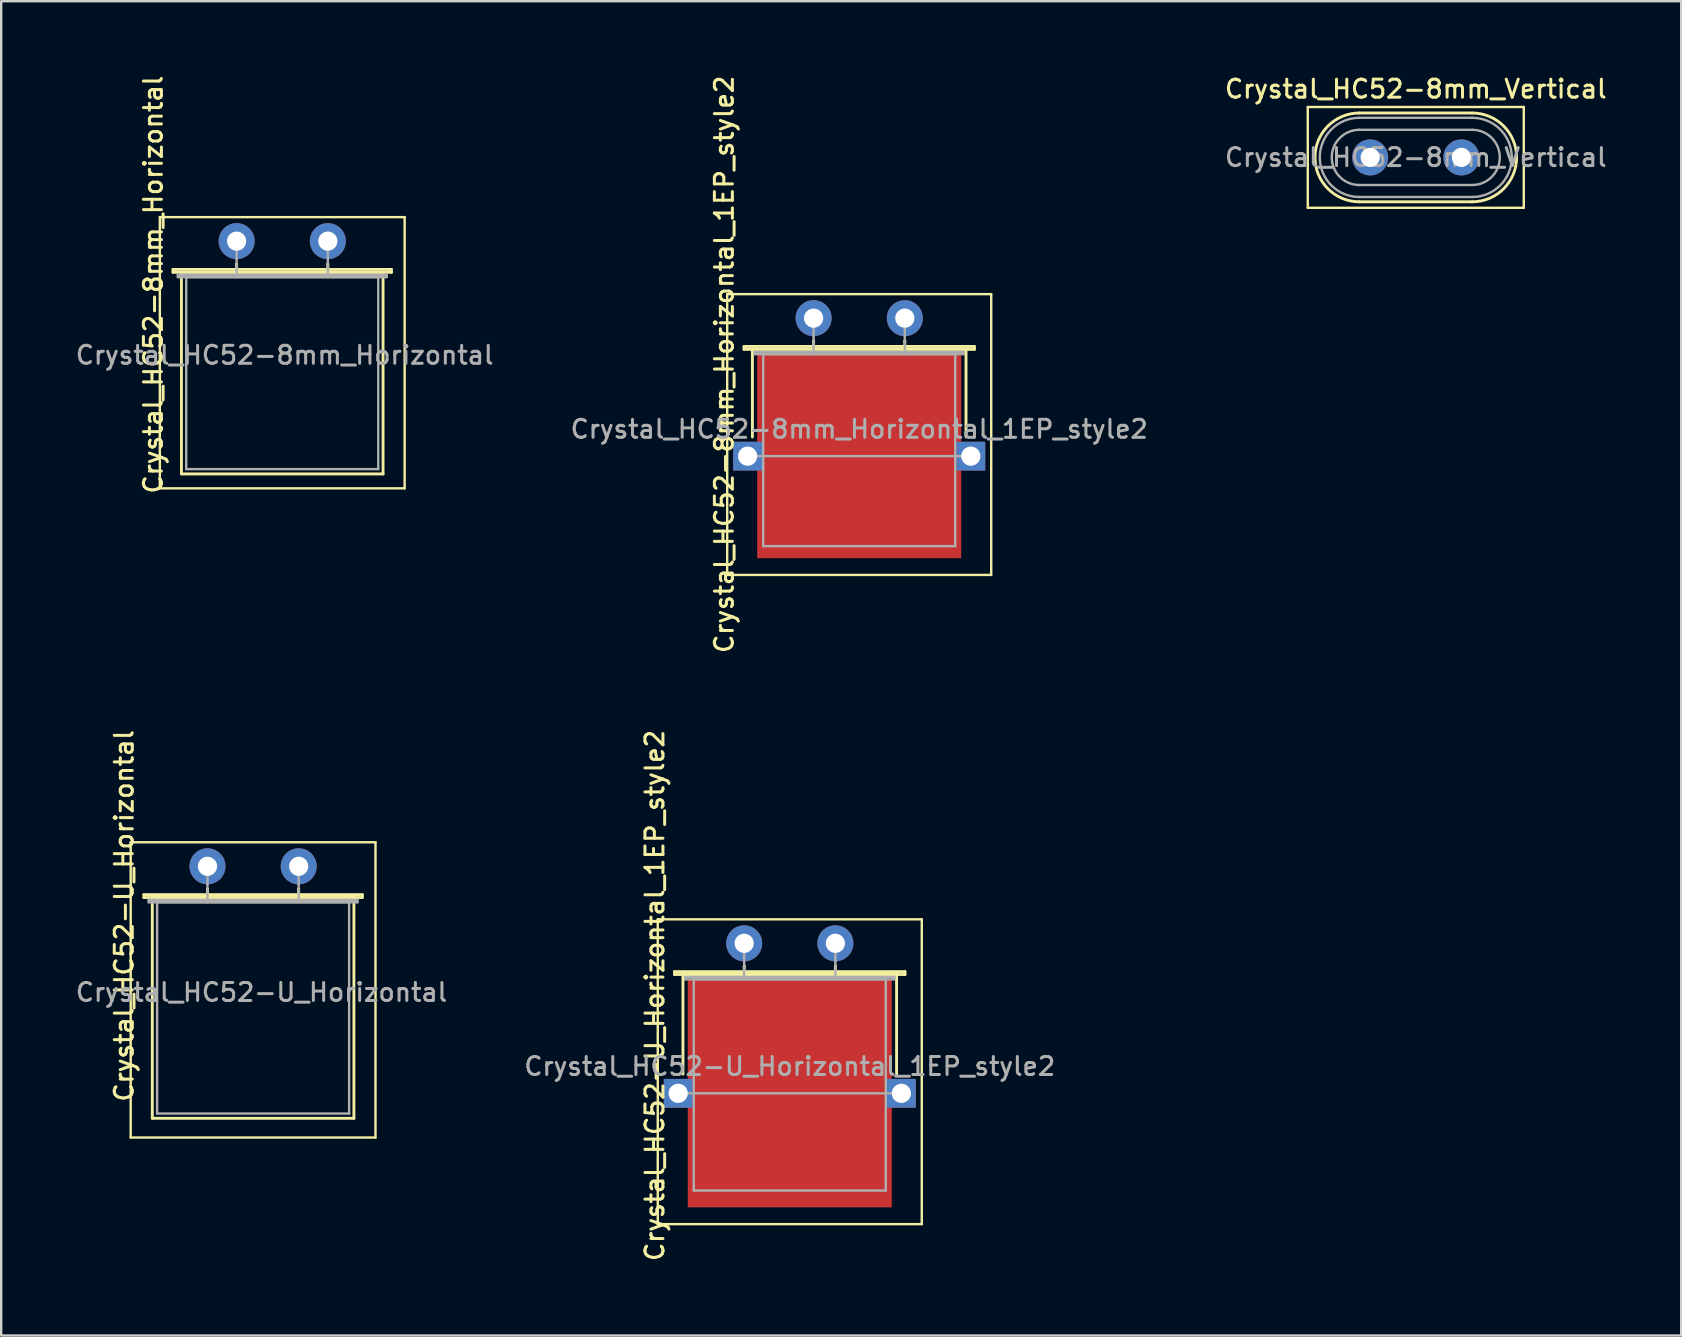
<source format=kicad_pcb>
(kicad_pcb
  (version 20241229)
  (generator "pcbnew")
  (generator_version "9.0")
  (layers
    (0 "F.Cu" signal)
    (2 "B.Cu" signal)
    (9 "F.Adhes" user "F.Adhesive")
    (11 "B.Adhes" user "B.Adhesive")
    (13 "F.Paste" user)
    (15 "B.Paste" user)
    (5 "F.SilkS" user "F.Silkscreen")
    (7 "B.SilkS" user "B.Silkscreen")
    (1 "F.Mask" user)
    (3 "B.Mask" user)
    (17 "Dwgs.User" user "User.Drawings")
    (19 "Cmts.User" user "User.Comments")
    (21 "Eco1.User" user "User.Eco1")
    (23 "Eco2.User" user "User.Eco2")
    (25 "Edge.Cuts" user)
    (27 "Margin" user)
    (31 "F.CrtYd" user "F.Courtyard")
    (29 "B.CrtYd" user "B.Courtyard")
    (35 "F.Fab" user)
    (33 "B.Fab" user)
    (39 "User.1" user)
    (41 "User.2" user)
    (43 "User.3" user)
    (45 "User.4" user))
  (footprint "Crystal_HC52-U_Horizontal_1EP_style2"
    (layer "F.Cu")
    (at 27.955 36.252)
    (property "Reference" "Crystal_HC52-U_Horizontal_1EP_style2" (at -3.725 2.175 90) (layer "F.SilkS") (effects (font (size 0.75 0.75) (thickness 0.125))))
    (attr through_hole)
    (fp_line (start -3.6 -1) (end -3.6 11.7) (stroke (width 0.1) (type solid)) (layer "F.SilkS"))
    (fp_line (start -3.6 11.7) (end 7.4 11.7) (stroke (width 0.1) (type solid)) (layer "F.SilkS"))
    (fp_line (start -2.9 1.18) (end 6.7 1.18) (stroke (width 0.12) (type solid)) (layer "F.SilkS"))
    (fp_line (start -2.9 1.3) (end -2.9 1.18) (stroke (width 0.12) (type solid)) (layer "F.SilkS"))
    (fp_line (start -2.55 1.3) (end 6.35 1.3) (stroke (width 0.12) (type solid)) (layer "F.SilkS"))
    (fp_line (start -2.55 5.45) (end -2.55 1.3) (stroke (width 0.12) (type solid)) (layer "F.SilkS"))
    (fp_line (start 0 0.95) (end 0 0.95) (stroke (width 0.12) (type solid)) (layer "F.SilkS"))
    (fp_line (start 0 1.3) (end 0 0.95) (stroke (width 0.12) (type solid)) (layer "F.SilkS"))
    (fp_line (start 3.8 0.95) (end 3.8 0.95) (stroke (width 0.12) (type solid)) (layer "F.SilkS"))
    (fp_line (start 3.8 1.3) (end 3.8 0.95) (stroke (width 0.12) (type solid)) (layer "F.SilkS"))
    (fp_line (start 6.35 1.3) (end 6.35 5.45) (stroke (width 0.12) (type solid)) (layer "F.SilkS"))
    (fp_line (start 6.7 1.18) (end 6.7 1.3) (stroke (width 0.12) (type solid)) (layer "F.SilkS"))
    (fp_line (start 6.7 1.3) (end -2.9 1.3) (stroke (width 0.12) (type solid)) (layer "F.SilkS"))
    (fp_line (start 7.4 -1) (end -3.6 -1) (stroke (width 0.1) (type solid)) (layer "F.SilkS"))
    (fp_line (start 7.4 11.7) (end 7.4 -1) (stroke (width 0.1) (type solid)) (layer "F.SilkS"))
    (fp_line (start -2.75 6.25) (end 6.55 6.25) (stroke (width 0.1) (type solid)) (layer "F.Fab"))
    (fp_line (start -2.45 1.4) (end 6.25 1.4) (stroke (width 0.1) (type solid)) (layer "F.Fab"))
    (fp_line (start -2.45 1.5) (end -2.45 1.4) (stroke (width 0.1) (type solid)) (layer "F.Fab"))
    (fp_line (start -2.1 1.5) (end -2.1 10.3) (stroke (width 0.1) (type solid)) (layer "F.Fab"))
    (fp_line (start -2.1 10.3) (end 5.9 10.3) (stroke (width 0.1) (type solid)) (layer "F.Fab"))
    (fp_line (start 0 0.75) (end 0 0) (stroke (width 0.1) (type solid)) (layer "F.Fab"))
    (fp_line (start 0 1.5) (end 0 0.75) (stroke (width 0.1) (type solid)) (layer "F.Fab"))
    (fp_line (start 3.8 0.75) (end 3.8 0) (stroke (width 0.1) (type solid)) (layer "F.Fab"))
    (fp_line (start 3.8 1.5) (end 3.8 0.75) (stroke (width 0.1) (type solid)) (layer "F.Fab"))
    (fp_line (start 5.9 1.5) (end -2.1 1.5) (stroke (width 0.1) (type solid)) (layer "F.Fab"))
    (fp_line (start 5.9 10.3) (end 5.9 1.5) (stroke (width 0.1) (type solid)) (layer "F.Fab"))
    (fp_line (start 6.25 1.4) (end 6.25 1.5) (stroke (width 0.1) (type solid)) (layer "F.Fab"))
    (fp_line (start 6.25 1.5) (end -2.45 1.5) (stroke (width 0.1) (type solid)) (layer "F.Fab"))
    (fp_text user "${REFERENCE}" (at 1.9 5.125 0) (layer "F.Fab") (effects (font (size 0.75 0.75) (thickness 0.125))))
    (pad "1" thru_hole circle (at 0 0) (size 1.5 1.5) (drill 0.8) (layers "*.Cu" "*.Mask"))
    (pad "2" thru_hole circle (at 3.8 0) (size 1.5 1.5) (drill 0.8) (layers "*.Cu" "*.Mask"))
    (pad "3" thru_hole rect (at -2.75 6.25) (size 1.2 1.2) (drill 0.8) (layers "*.Cu" "*.Mask"))
    (pad "3" smd rect (at 1.9 6.25) (size 8.5 9.5) (layers "F.Cu" "F.Mask" "F.Paste"))
    (pad "3" thru_hole rect (at 6.55 6.25) (size 1.2 1.2) (drill 0.8) (layers "*.Cu" "*.Mask")))
  (footprint "Crystal_HC52-U_Horizontal"
    (layer "F.Cu")
    (at 5.595 33.043)
    (property "Reference" "Crystal_HC52-U_Horizontal" (at -3.475 2.062 90) (layer "F.SilkS") (effects (font (size 0.75 0.75) (thickness 0.125))))
    (attr through_hole)
    (fp_line (start -3.2 -1) (end -3.2 11.3) (stroke (width 0.1) (type solid)) (layer "F.SilkS"))
    (fp_line (start -3.2 11.3) (end 7 11.3) (stroke (width 0.1) (type solid)) (layer "F.SilkS"))
    (fp_line (start -2.65 1.18) (end 6.45 1.18) (stroke (width 0.12) (type solid)) (layer "F.SilkS"))
    (fp_line (start -2.65 1.3) (end -2.65 1.18) (stroke (width 0.12) (type solid)) (layer "F.SilkS"))
    (fp_line (start -2.3 1.3) (end -2.3 10.5) (stroke (width 0.12) (type solid)) (layer "F.SilkS"))
    (fp_line (start -2.3 10.5) (end 6.1 10.5) (stroke (width 0.12) (type solid)) (layer "F.SilkS"))
    (fp_line (start 0 0.95) (end 0 0.95) (stroke (width 0.12) (type solid)) (layer "F.SilkS"))
    (fp_line (start 0 1.3) (end 0 0.95) (stroke (width 0.12) (type solid)) (layer "F.SilkS"))
    (fp_line (start 3.8 0.95) (end 3.8 0.95) (stroke (width 0.12) (type solid)) (layer "F.SilkS"))
    (fp_line (start 3.8 1.3) (end 3.8 0.95) (stroke (width 0.12) (type solid)) (layer "F.SilkS"))
    (fp_line (start 6.1 1.3) (end -2.3 1.3) (stroke (width 0.12) (type solid)) (layer "F.SilkS"))
    (fp_line (start 6.1 10.5) (end 6.1 1.3) (stroke (width 0.12) (type solid)) (layer "F.SilkS"))
    (fp_line (start 6.45 1.18) (end 6.45 1.3) (stroke (width 0.12) (type solid)) (layer "F.SilkS"))
    (fp_line (start 6.45 1.3) (end -2.65 1.3) (stroke (width 0.12) (type solid)) (layer "F.SilkS"))
    (fp_line (start 7 -1) (end -3.2 -1) (stroke (width 0.1) (type solid)) (layer "F.SilkS"))
    (fp_line (start 7 11.3) (end 7 -1) (stroke (width 0.1) (type solid)) (layer "F.SilkS"))
    (fp_line (start -2.45 1.4) (end 6.25 1.4) (stroke (width 0.1) (type solid)) (layer "F.Fab"))
    (fp_line (start -2.45 1.5) (end -2.45 1.4) (stroke (width 0.1) (type solid)) (layer "F.Fab"))
    (fp_line (start -2.1 1.5) (end -2.1 10.3) (stroke (width 0.1) (type solid)) (layer "F.Fab"))
    (fp_line (start -2.1 10.3) (end 5.9 10.3) (stroke (width 0.1) (type solid)) (layer "F.Fab"))
    (fp_line (start 0 0.75) (end 0 0) (stroke (width 0.1) (type solid)) (layer "F.Fab"))
    (fp_line (start 0 1.5) (end 0 0.75) (stroke (width 0.1) (type solid)) (layer "F.Fab"))
    (fp_line (start 3.8 0.75) (end 3.8 0) (stroke (width 0.1) (type solid)) (layer "F.Fab"))
    (fp_line (start 3.8 1.5) (end 3.8 0.75) (stroke (width 0.1) (type solid)) (layer "F.Fab"))
    (fp_line (start 5.9 1.5) (end -2.1 1.5) (stroke (width 0.1) (type solid)) (layer "F.Fab"))
    (fp_line (start 5.9 10.3) (end 5.9 1.5) (stroke (width 0.1) (type solid)) (layer "F.Fab"))
    (fp_line (start 6.25 1.4) (end 6.25 1.5) (stroke (width 0.1) (type solid)) (layer "F.Fab"))
    (fp_line (start 6.25 1.5) (end -2.45 1.5) (stroke (width 0.1) (type solid)) (layer "F.Fab"))
    (fp_text user "${REFERENCE}" (at 2.25 5.25 0) (layer "F.Fab") (effects (font (size 0.75 0.75) (thickness 0.125))))
    (pad "1" thru_hole circle (at 0 0) (size 1.5 1.5) (drill 0.8) (layers "*.Cu" "*.Mask"))
    (pad "2" thru_hole circle (at 3.8 0) (size 1.5 1.5) (drill 0.8) (layers "*.Cu" "*.Mask")))
  (footprint "Crystal_HC52-8mm_Horizontal"
    (layer "F.Cu")
    (at 6.809 6.996)
    (property "Reference" "Crystal_HC52-8mm_Horizontal" (at -3.475 1.812 90) (layer "F.SilkS") (effects (font (size 0.75 0.75) (thickness 0.125))))
    (attr through_hole)
    (fp_line (start -3.2 -1) (end -3.2 10.3) (stroke (width 0.1) (type solid)) (layer "F.SilkS"))
    (fp_line (start -3.2 10.3) (end 7 10.3) (stroke (width 0.1) (type solid)) (layer "F.SilkS"))
    (fp_line (start -2.65 1.18) (end 6.45 1.18) (stroke (width 0.12) (type solid)) (layer "F.SilkS"))
    (fp_line (start -2.65 1.3) (end -2.65 1.18) (stroke (width 0.12) (type solid)) (layer "F.SilkS"))
    (fp_line (start -2.3 1.3) (end -2.3 9.7) (stroke (width 0.12) (type solid)) (layer "F.SilkS"))
    (fp_line (start -2.3 9.7) (end 6.1 9.7) (stroke (width 0.12) (type solid)) (layer "F.SilkS"))
    (fp_line (start 0 0.95) (end 0 0.95) (stroke (width 0.12) (type solid)) (layer "F.SilkS"))
    (fp_line (start 0 1.3) (end 0 0.95) (stroke (width 0.12) (type solid)) (layer "F.SilkS"))
    (fp_line (start 3.8 0.95) (end 3.8 0.95) (stroke (width 0.12) (type solid)) (layer "F.SilkS"))
    (fp_line (start 3.8 1.3) (end 3.8 0.95) (stroke (width 0.12) (type solid)) (layer "F.SilkS"))
    (fp_line (start 6.1 1.3) (end -2.3 1.3) (stroke (width 0.12) (type solid)) (layer "F.SilkS"))
    (fp_line (start 6.1 9.7) (end 6.1 1.3) (stroke (width 0.12) (type solid)) (layer "F.SilkS"))
    (fp_line (start 6.45 1.18) (end 6.45 1.3) (stroke (width 0.12) (type solid)) (layer "F.SilkS"))
    (fp_line (start 6.45 1.3) (end -2.65 1.3) (stroke (width 0.12) (type solid)) (layer "F.SilkS"))
    (fp_line (start 7 -1) (end -3.2 -1) (stroke (width 0.1) (type solid)) (layer "F.SilkS"))
    (fp_line (start 7 10.3) (end 7 -1) (stroke (width 0.1) (type solid)) (layer "F.SilkS"))
    (fp_line (start -2.45 1.4) (end 6.25 1.4) (stroke (width 0.1) (type solid)) (layer "F.Fab"))
    (fp_line (start -2.45 1.5) (end -2.45 1.4) (stroke (width 0.1) (type solid)) (layer "F.Fab"))
    (fp_line (start -2.1 1.5) (end -2.1 9.5) (stroke (width 0.1) (type solid)) (layer "F.Fab"))
    (fp_line (start -2.1 9.5) (end 5.9 9.5) (stroke (width 0.1) (type solid)) (layer "F.Fab"))
    (fp_line (start 0 0.75) (end 0 0) (stroke (width 0.1) (type solid)) (layer "F.Fab"))
    (fp_line (start 0 1.5) (end 0 0.75) (stroke (width 0.1) (type solid)) (layer "F.Fab"))
    (fp_line (start 3.8 0.75) (end 3.8 0) (stroke (width 0.1) (type solid)) (layer "F.Fab"))
    (fp_line (start 3.8 1.5) (end 3.8 0.75) (stroke (width 0.1) (type solid)) (layer "F.Fab"))
    (fp_line (start 5.9 1.5) (end -2.1 1.5) (stroke (width 0.1) (type solid)) (layer "F.Fab"))
    (fp_line (start 5.9 9.5) (end 5.9 1.5) (stroke (width 0.1) (type solid)) (layer "F.Fab"))
    (fp_line (start 6.25 1.4) (end 6.25 1.5) (stroke (width 0.1) (type solid)) (layer "F.Fab"))
    (fp_line (start 6.25 1.5) (end -2.45 1.5) (stroke (width 0.1) (type solid)) (layer "F.Fab"))
    (fp_text user "${REFERENCE}" (at 2 4.75 0) (layer "F.Fab") (effects (font (size 0.75 0.75) (thickness 0.125))))
    (pad "1" thru_hole circle (at 0 0) (size 1.5 1.5) (drill 0.8) (layers "*.Cu" "*.Mask"))
    (pad "2" thru_hole circle (at 3.8 0) (size 1.5 1.5) (drill 0.8) (layers "*.Cu" "*.Mask")))
  (footprint "Crystal_HC52-8mm_Vertical"
    (layer "F.Cu")
    (at 54.037 3.508)
    (property "Reference" "Crystal_HC52-8mm_Vertical" (at 1.9 -2.85 0) (layer "F.SilkS") (effects (font (size 0.75 0.75) (thickness 0.125))))
    (attr through_hole)
    (fp_line (start -2.6 -2.1) (end -2.6 2.1) (stroke (width 0.1) (type solid)) (layer "F.SilkS"))
    (fp_line (start -2.6 2.1) (end 6.4 2.1) (stroke (width 0.1) (type solid)) (layer "F.SilkS"))
    (fp_line (start -0.45 -1.85) (end 4.25 -1.85) (stroke (width 0.12) (type solid)) (layer "F.SilkS"))
    (fp_line (start -0.45 1.85) (end 4.25 1.85) (stroke (width 0.12) (type solid)) (layer "F.SilkS"))
    (fp_line (start 6.4 -2.1) (end -2.6 -2.1) (stroke (width 0.1) (type solid)) (layer "F.SilkS"))
    (fp_line (start 6.4 2.1) (end 6.4 -2.1) (stroke (width 0.1) (type solid)) (layer "F.SilkS"))
    (fp_arc (start -0.45 1.85) (mid -2.3 0) (end -0.45 -1.85) (stroke (width 0.12) (type solid)) (layer "F.SilkS"))
    (fp_arc (start 4.25 -1.85) (mid 6.1 0) (end 4.25 1.85) (stroke (width 0.12) (type solid)) (layer "F.SilkS"))
    (fp_line (start -0.45 -1.65) (end 4.25 -1.65) (stroke (width 0.1) (type solid)) (layer "F.Fab"))
    (fp_line (start -0.45 -1.15) (end 4.25 -1.15) (stroke (width 0.1) (type solid)) (layer "F.Fab"))
    (fp_line (start -0.45 1.15) (end 4.25 1.15) (stroke (width 0.1) (type solid)) (layer "F.Fab"))
    (fp_line (start -0.45 1.65) (end 4.25 1.65) (stroke (width 0.1) (type solid)) (layer "F.Fab"))
    (fp_arc (start -0.45 1.15) (mid -1.6 0) (end -0.45 -1.15) (stroke (width 0.1) (type solid)) (layer "F.Fab"))
    (fp_arc (start -0.45 1.65) (mid -2.1 0) (end -0.45 -1.65) (stroke (width 0.1) (type solid)) (layer "F.Fab"))
    (fp_arc (start 4.25 -1.65) (mid 5.9 0) (end 4.25 1.65) (stroke (width 0.1) (type solid)) (layer "F.Fab"))
    (fp_arc (start 4.25 -1.15) (mid 5.4 0) (end 4.25 1.15) (stroke (width 0.1) (type solid)) (layer "F.Fab"))
    (fp_text user "${REFERENCE}" (at 1.9 0 0) (layer "F.Fab") (effects (font (size 0.75 0.75) (thickness 0.125))))
    (pad "1" thru_hole circle (at 0 0) (size 1.5 1.5) (drill 0.8) (layers "*.Cu" "*.Mask"))
    (pad "2" thru_hole circle (at 3.8 0) (size 1.5 1.5) (drill 0.8) (layers "*.Cu" "*.Mask")))
  (footprint "Crystal_HC52-8mm_Horizontal_1EP_style2"
    (layer "F.Cu")
    (at 30.848 10.205)
    (property "Reference" "Crystal_HC52-8mm_Horizontal_1EP_style2" (at -3.725 1.925 90) (layer "F.SilkS") (effects (font (size 0.75 0.75) (thickness 0.125))))
    (attr through_hole)
    (fp_line (start -3.6 -1) (end -3.6 10.7) (stroke (width 0.1) (type solid)) (layer "F.SilkS"))
    (fp_line (start -3.6 10.7) (end 7.4 10.7) (stroke (width 0.1) (type solid)) (layer "F.SilkS"))
    (fp_line (start -2.9 1.18) (end 6.7 1.18) (stroke (width 0.12) (type solid)) (layer "F.SilkS"))
    (fp_line (start -2.9 1.3) (end -2.9 1.18) (stroke (width 0.12) (type solid)) (layer "F.SilkS"))
    (fp_line (start -2.55 1.3) (end 6.35 1.3) (stroke (width 0.12) (type solid)) (layer "F.SilkS"))
    (fp_line (start -2.55 4.95) (end -2.55 1.3) (stroke (width 0.12) (type solid)) (layer "F.SilkS"))
    (fp_line (start 0 0.95) (end 0 0.95) (stroke (width 0.12) (type solid)) (layer "F.SilkS"))
    (fp_line (start 0 1.3) (end 0 0.95) (stroke (width 0.12) (type solid)) (layer "F.SilkS"))
    (fp_line (start 3.8 0.95) (end 3.8 0.95) (stroke (width 0.12) (type solid)) (layer "F.SilkS"))
    (fp_line (start 3.8 1.3) (end 3.8 0.95) (stroke (width 0.12) (type solid)) (layer "F.SilkS"))
    (fp_line (start 6.35 1.3) (end 6.35 4.95) (stroke (width 0.12) (type solid)) (layer "F.SilkS"))
    (fp_line (start 6.7 1.18) (end 6.7 1.3) (stroke (width 0.12) (type solid)) (layer "F.SilkS"))
    (fp_line (start 6.7 1.3) (end -2.9 1.3) (stroke (width 0.12) (type solid)) (layer "F.SilkS"))
    (fp_line (start 7.4 -1) (end -3.6 -1) (stroke (width 0.1) (type solid)) (layer "F.SilkS"))
    (fp_line (start 7.4 10.7) (end 7.4 -1) (stroke (width 0.1) (type solid)) (layer "F.SilkS"))
    (fp_line (start -2.75 5.75) (end 6.55 5.75) (stroke (width 0.1) (type solid)) (layer "F.Fab"))
    (fp_line (start -2.45 1.4) (end 6.25 1.4) (stroke (width 0.1) (type solid)) (layer "F.Fab"))
    (fp_line (start -2.45 1.5) (end -2.45 1.4) (stroke (width 0.1) (type solid)) (layer "F.Fab"))
    (fp_line (start -2.1 1.5) (end -2.1 9.5) (stroke (width 0.1) (type solid)) (layer "F.Fab"))
    (fp_line (start -2.1 9.5) (end 5.9 9.5) (stroke (width 0.1) (type solid)) (layer "F.Fab"))
    (fp_line (start 0 0.75) (end 0 0) (stroke (width 0.1) (type solid)) (layer "F.Fab"))
    (fp_line (start 0 1.5) (end 0 0.75) (stroke (width 0.1) (type solid)) (layer "F.Fab"))
    (fp_line (start 3.8 0.75) (end 3.8 0) (stroke (width 0.1) (type solid)) (layer "F.Fab"))
    (fp_line (start 3.8 1.5) (end 3.8 0.75) (stroke (width 0.1) (type solid)) (layer "F.Fab"))
    (fp_line (start 5.9 1.5) (end -2.1 1.5) (stroke (width 0.1) (type solid)) (layer "F.Fab"))
    (fp_line (start 5.9 9.5) (end 5.9 1.5) (stroke (width 0.1) (type solid)) (layer "F.Fab"))
    (fp_line (start 6.25 1.4) (end 6.25 1.5) (stroke (width 0.1) (type solid)) (layer "F.Fab"))
    (fp_line (start 6.25 1.5) (end -2.45 1.5) (stroke (width 0.1) (type solid)) (layer "F.Fab"))
    (fp_text user "${REFERENCE}" (at 1.9 4.625 0) (layer "F.Fab") (effects (font (size 0.75 0.75) (thickness 0.125))))
    (pad "1" thru_hole circle (at 0 0) (size 1.5 1.5) (drill 0.8) (layers "*.Cu" "*.Mask"))
    (pad "2" thru_hole circle (at 3.8 0) (size 1.5 1.5) (drill 0.8) (layers "*.Cu" "*.Mask"))
    (pad "3" thru_hole rect (at -2.75 5.75) (size 1.2 1.2) (drill 0.8) (layers "*.Cu" "*.Mask"))
    (pad "3" smd rect (at 1.9 5.75) (size 8.5 8.5) (layers "F.Cu" "F.Mask" "F.Paste"))
    (pad "3" thru_hole rect (at 6.55 5.75) (size 1.2 1.2) (drill 0.8) (layers "*.Cu" "*.Mask")))
  (gr_rect
    (start -3 -3)
    (end 66.996 52.593)
    (stroke (width 0.1) (type default))
    (fill no)
    (layer "Edge.Cuts")))
</source>
